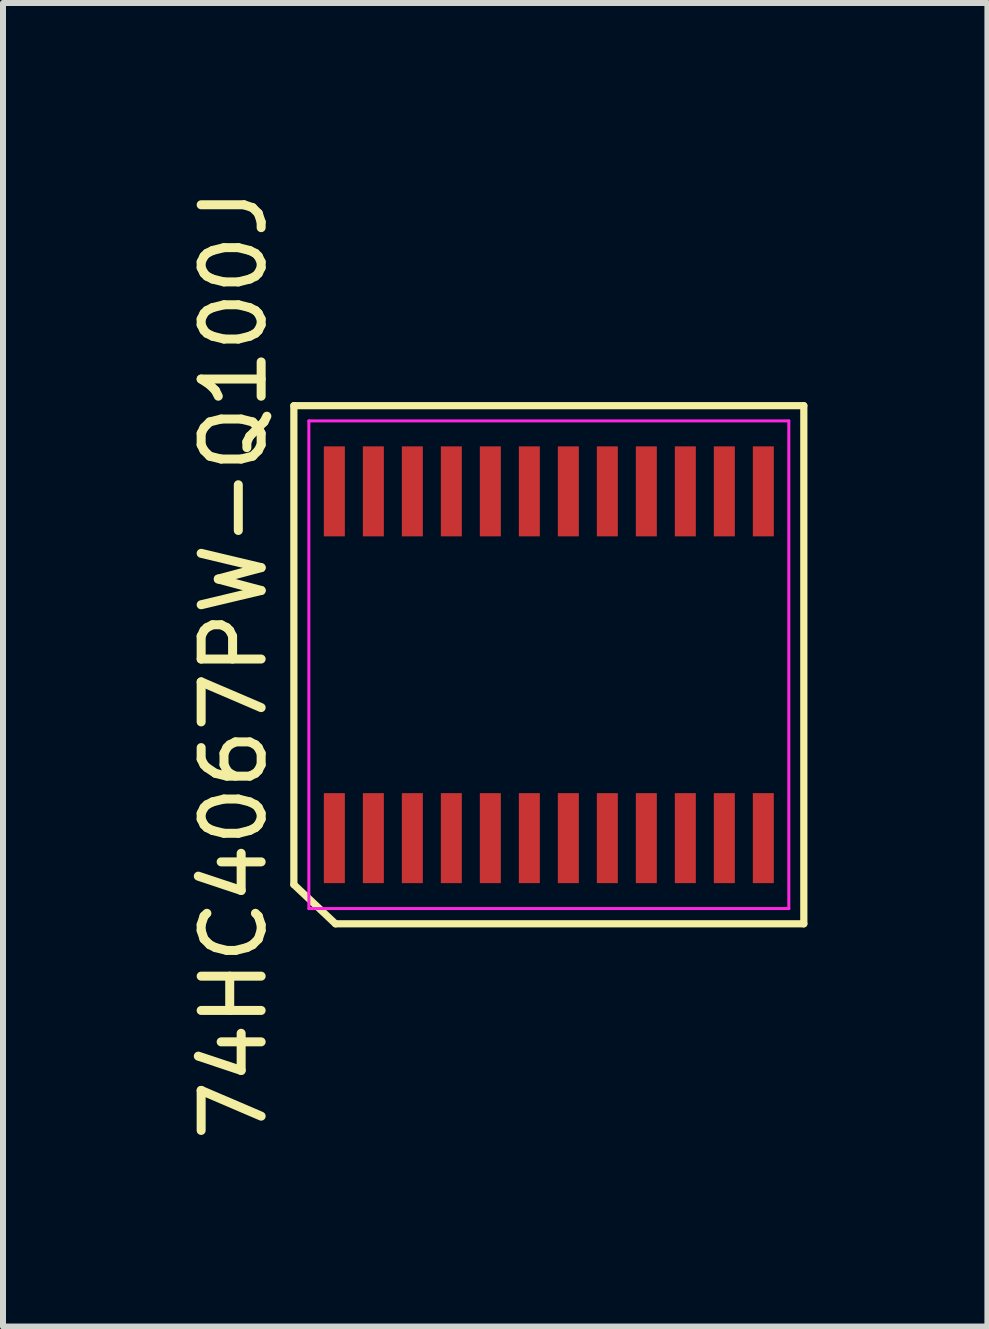
<source format=kicad_pcb>
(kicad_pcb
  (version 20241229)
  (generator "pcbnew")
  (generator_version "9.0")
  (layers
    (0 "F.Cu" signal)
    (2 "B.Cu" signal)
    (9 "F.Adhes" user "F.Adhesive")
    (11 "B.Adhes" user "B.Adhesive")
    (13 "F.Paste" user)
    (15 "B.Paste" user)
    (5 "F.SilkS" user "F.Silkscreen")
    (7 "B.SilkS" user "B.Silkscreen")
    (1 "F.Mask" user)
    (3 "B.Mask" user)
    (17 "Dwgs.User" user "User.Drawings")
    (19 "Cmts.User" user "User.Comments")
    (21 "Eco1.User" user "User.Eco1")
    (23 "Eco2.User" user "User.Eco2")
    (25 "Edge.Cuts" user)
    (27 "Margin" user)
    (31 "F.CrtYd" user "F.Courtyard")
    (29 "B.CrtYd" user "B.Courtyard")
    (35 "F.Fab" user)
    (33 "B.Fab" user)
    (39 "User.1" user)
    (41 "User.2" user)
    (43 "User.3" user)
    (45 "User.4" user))
  (footprint "74HC4067PW-Q100J"
    (layer "F.Cu")
    (at 6.098 8.03)
    (property "Reference" "74HC4067PW-Q100J" (at -5.25 0 90) (layer "F.SilkS") (effects (font (size 1 1) (thickness 0.15))))
    (attr smd)
    (fp_line (start -4.25 -4.318) (end 4.25 -4.318) (stroke (width 0.12) (type default)) (layer "F.SilkS"))
    (fp_line (start -4.25 3.664) (end -4.25 -4.318) (stroke (width 0.12) (type default)) (layer "F.SilkS"))
    (fp_line (start -3.556 4.318) (end -4.25 3.664) (stroke (width 0.12) (type default)) (layer "F.SilkS"))
    (fp_line (start 4.25 -4.318) (end 4.25 4.318) (stroke (width 0.12) (type default)) (layer "F.SilkS"))
    (fp_line (start 4.25 4.318) (end -3.556 4.318) (stroke (width 0.12) (type default)) (layer "F.SilkS"))
    (fp_line (start -4 -4.064) (end 4 -4.064) (stroke (width 0.05) (type default)) (layer "F.CrtYd"))
    (fp_line (start -4 4.064) (end -4 -4.064) (stroke (width 0.05) (type default)) (layer "F.CrtYd"))
    (fp_line (start 4 -4.064) (end 4 4.064) (stroke (width 0.05) (type default)) (layer "F.CrtYd"))
    (fp_line (start 4 4.064) (end -4 4.064) (stroke (width 0.05) (type default)) (layer "F.CrtYd"))
    (pad "1" smd rect (at -3.575 2.89) (size 0.35 1.5) (layers "F.Cu" "F.Mask" "F.Paste"))
    (pad "2" smd rect (at -2.925 2.89) (size 0.35 1.5) (layers "F.Cu" "F.Mask" "F.Paste"))
    (pad "3" smd rect (at -2.275 2.89) (size 0.35 1.5) (layers "F.Cu" "F.Mask" "F.Paste"))
    (pad "4" smd rect (at -1.625 2.89) (size 0.35 1.5) (layers "F.Cu" "F.Mask" "F.Paste"))
    (pad "5" smd rect (at -0.975 2.89) (size 0.35 1.5) (layers "F.Cu" "F.Mask" "F.Paste"))
    (pad "6" smd rect (at -0.325 2.89) (size 0.35 1.5) (layers "F.Cu" "F.Mask" "F.Paste"))
    (pad "7" smd rect (at 0.325 2.89) (size 0.35 1.5) (layers "F.Cu" "F.Mask" "F.Paste"))
    (pad "8" smd rect (at 0.975 2.89) (size 0.35 1.5) (layers "F.Cu" "F.Mask" "F.Paste"))
    (pad "9" smd rect (at 1.625 2.89) (size 0.35 1.5) (layers "F.Cu" "F.Mask" "F.Paste"))
    (pad "10" smd rect (at 2.275 2.89) (size 0.35 1.5) (layers "F.Cu" "F.Mask" "F.Paste"))
    (pad "11" smd rect (at 2.925 2.89) (size 0.35 1.5) (layers "F.Cu" "F.Mask" "F.Paste"))
    (pad "12" smd rect (at 3.575 2.89) (size 0.35 1.5) (layers "F.Cu" "F.Mask" "F.Paste"))
    (pad "13" smd rect (at 3.575 -2.89) (size 0.35 1.5) (layers "F.Cu" "F.Mask" "F.Paste"))
    (pad "14" smd rect (at 2.925 -2.89) (size 0.35 1.5) (layers "F.Cu" "F.Mask" "F.Paste"))
    (pad "15" smd rect (at 2.275 -2.89) (size 0.35 1.5) (layers "F.Cu" "F.Mask" "F.Paste"))
    (pad "16" smd rect (at 1.625 -2.89) (size 0.35 1.5) (layers "F.Cu" "F.Mask" "F.Paste"))
    (pad "17" smd rect (at 0.975 -2.89) (size 0.35 1.5) (layers "F.Cu" "F.Mask" "F.Paste"))
    (pad "18" smd rect (at 0.325 -2.89) (size 0.35 1.5) (layers "F.Cu" "F.Mask" "F.Paste"))
    (pad "19" smd rect (at -0.325 -2.89) (size 0.35 1.5) (layers "F.Cu" "F.Mask" "F.Paste"))
    (pad "20" smd rect (at -0.975 -2.89) (size 0.35 1.5) (layers "F.Cu" "F.Mask" "F.Paste"))
    (pad "21" smd rect (at -1.625 -2.89) (size 0.35 1.5) (layers "F.Cu" "F.Mask" "F.Paste"))
    (pad "22" smd rect (at -2.275 -2.89) (size 0.35 1.5) (layers "F.Cu" "F.Mask" "F.Paste"))
    (pad "23" smd rect (at -2.925 -2.89) (size 0.35 1.5) (layers "F.Cu" "F.Mask" "F.Paste"))
    (pad "24" smd rect (at -3.575 -2.89) (size 0.35 1.5) (layers "F.Cu" "F.Mask" "F.Paste")))
  (gr_rect
    (start -3 -3)
    (end 13.408 19.06)
    (stroke (width 0.1) (type default))
    (fill no)
    (layer "Edge.Cuts")))
</source>
